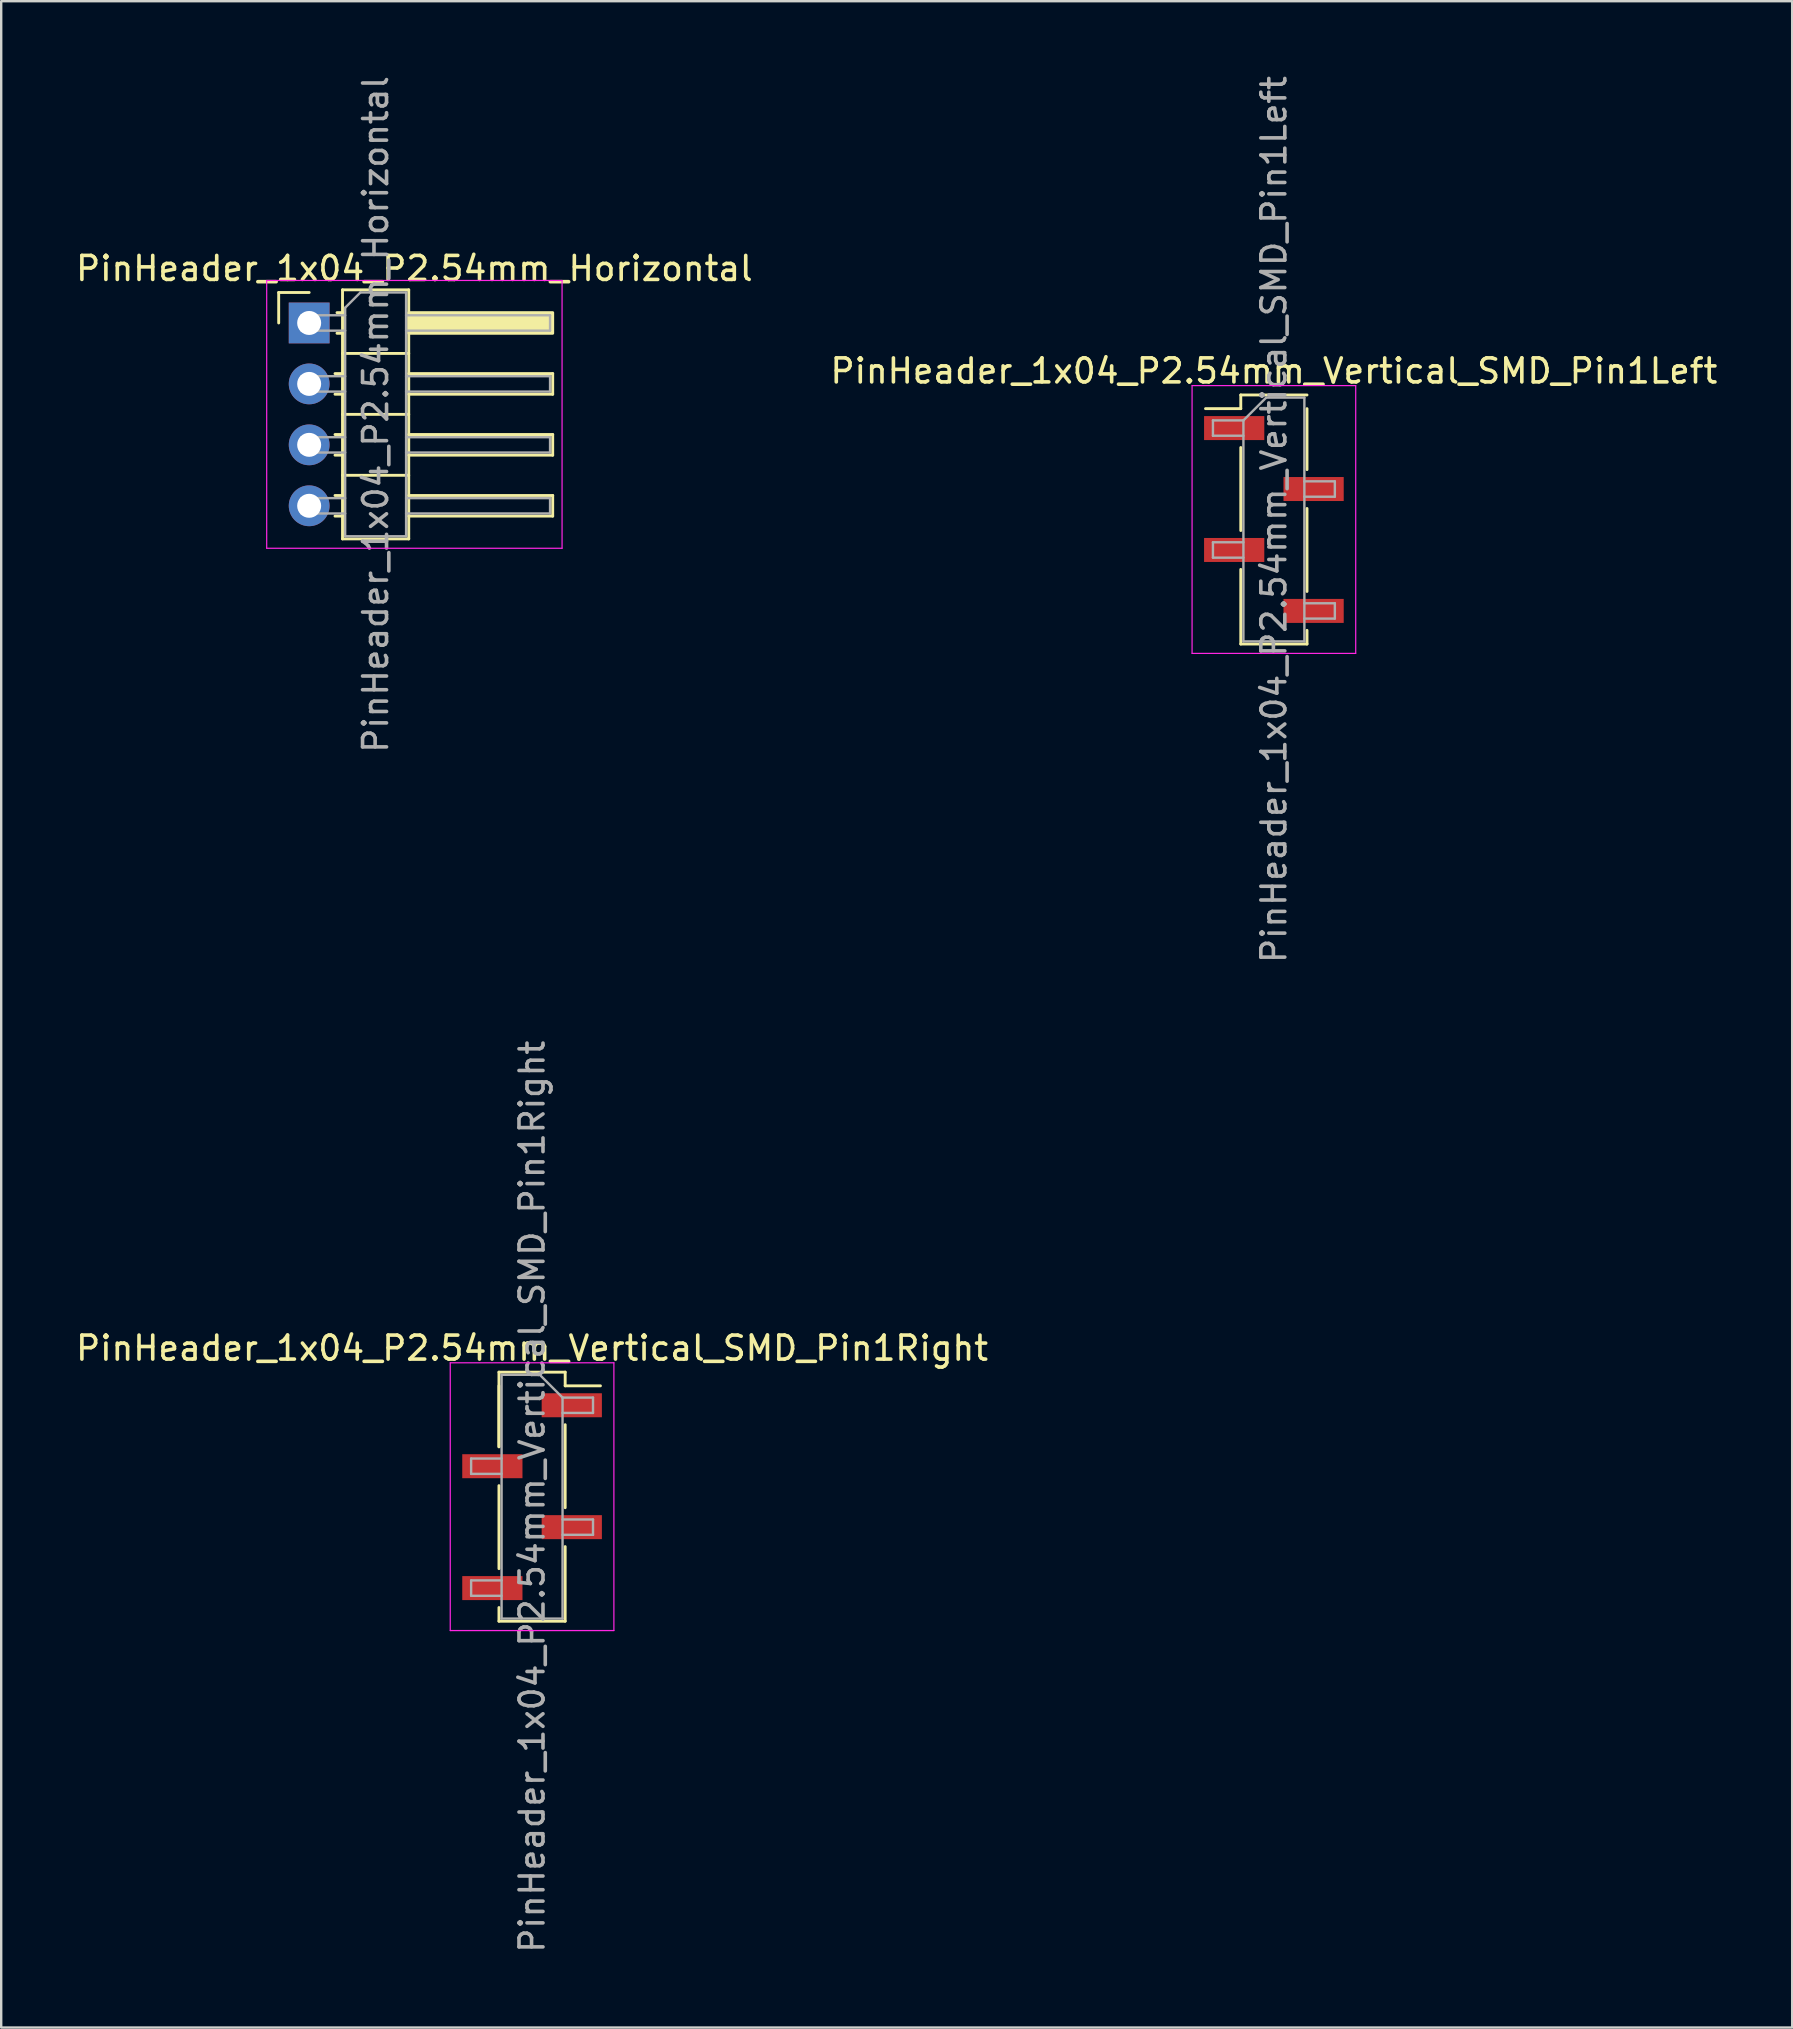
<source format=kicad_pcb>
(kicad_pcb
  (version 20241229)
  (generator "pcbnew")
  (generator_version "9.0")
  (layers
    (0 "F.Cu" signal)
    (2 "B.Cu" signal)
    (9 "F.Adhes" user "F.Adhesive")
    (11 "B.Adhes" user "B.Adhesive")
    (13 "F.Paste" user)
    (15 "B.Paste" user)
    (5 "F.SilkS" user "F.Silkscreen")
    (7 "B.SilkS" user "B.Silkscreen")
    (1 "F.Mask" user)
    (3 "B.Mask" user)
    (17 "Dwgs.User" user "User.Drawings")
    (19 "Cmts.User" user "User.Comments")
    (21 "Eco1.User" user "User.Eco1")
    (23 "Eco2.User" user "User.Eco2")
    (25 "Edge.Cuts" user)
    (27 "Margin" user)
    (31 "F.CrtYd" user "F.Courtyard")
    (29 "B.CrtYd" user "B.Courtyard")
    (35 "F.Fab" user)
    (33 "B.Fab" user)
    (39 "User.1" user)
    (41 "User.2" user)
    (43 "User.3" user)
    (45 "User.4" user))
  (footprint "PinHeader_1x04_P2.54mm_Vertical_SMD_Pin1Left"
    (layer "F.Cu")
    (at 50.042 18.601)
    (property "Reference" "PinHeader_1x04_P2.54mm_Vertical_SMD_Pin1Left" (at 0 -6.19 0) (layer "F.SilkS") (effects (font (size 1 1) (thickness 0.15))))
    (attr smd)
    (fp_line (start -1.38 -5.19) (end -1.38 -4.62) (stroke (width 0.12) (type solid)) (layer "F.SilkS"))
    (fp_line (start -1.38 -5.19) (end 1.38 -5.19) (stroke (width 0.12) (type solid)) (layer "F.SilkS"))
    (fp_line (start -1.38 -4.62) (end -2.85 -4.62) (stroke (width 0.12) (type solid)) (layer "F.SilkS"))
    (fp_line (start -1.38 -3) (end -1.38 0.46) (stroke (width 0.12) (type solid)) (layer "F.SilkS"))
    (fp_line (start -1.38 2.08) (end -1.38 5.19) (stroke (width 0.12) (type solid)) (layer "F.SilkS"))
    (fp_line (start -1.38 5.19) (end 1.38 5.19) (stroke (width 0.12) (type solid)) (layer "F.SilkS"))
    (fp_line (start 1.38 -4.62) (end 1.38 -2.08) (stroke (width 0.12) (type solid)) (layer "F.SilkS"))
    (fp_line (start 1.38 -0.46) (end 1.38 3) (stroke (width 0.12) (type solid)) (layer "F.SilkS"))
    (fp_line (start 1.38 4.62) (end 1.38 5.19) (stroke (width 0.12) (type solid)) (layer "F.SilkS"))
    (fp_line (start -3.41 -5.58) (end -3.41 5.58) (stroke (width 0.05) (type solid)) (layer "F.CrtYd"))
    (fp_line (start -3.41 5.58) (end 3.41 5.58) (stroke (width 0.05) (type solid)) (layer "F.CrtYd"))
    (fp_line (start 3.41 -5.58) (end -3.41 -5.58) (stroke (width 0.05) (type solid)) (layer "F.CrtYd"))
    (fp_line (start 3.41 5.58) (end 3.41 -5.58) (stroke (width 0.05) (type solid)) (layer "F.CrtYd"))
    (fp_line (start -2.54 -4.13) (end -2.54 -3.49) (stroke (width 0.1) (type solid)) (layer "F.Fab"))
    (fp_line (start -2.54 -3.49) (end -1.27 -3.49) (stroke (width 0.1) (type solid)) (layer "F.Fab"))
    (fp_line (start -2.54 0.95) (end -2.54 1.59) (stroke (width 0.1) (type solid)) (layer "F.Fab"))
    (fp_line (start -2.54 1.59) (end -1.27 1.59) (stroke (width 0.1) (type solid)) (layer "F.Fab"))
    (fp_line (start -1.27 -4.13) (end -2.54 -4.13) (stroke (width 0.1) (type solid)) (layer "F.Fab"))
    (fp_line (start -1.27 -4.13) (end -0.32 -5.08) (stroke (width 0.1) (type solid)) (layer "F.Fab"))
    (fp_line (start -1.27 0.95) (end -2.54 0.95) (stroke (width 0.1) (type solid)) (layer "F.Fab"))
    (fp_line (start -1.27 5.08) (end -1.27 -4.13) (stroke (width 0.1) (type solid)) (layer "F.Fab"))
    (fp_line (start -0.32 -5.08) (end 1.27 -5.08) (stroke (width 0.1) (type solid)) (layer "F.Fab"))
    (fp_line (start 1.27 -5.08) (end 1.27 5.08) (stroke (width 0.1) (type solid)) (layer "F.Fab"))
    (fp_line (start 1.27 -1.59) (end 2.54 -1.59) (stroke (width 0.1) (type solid)) (layer "F.Fab"))
    (fp_line (start 1.27 3.49) (end 2.54 3.49) (stroke (width 0.1) (type solid)) (layer "F.Fab"))
    (fp_line (start 1.27 5.08) (end -1.27 5.08) (stroke (width 0.1) (type solid)) (layer "F.Fab"))
    (fp_line (start 2.54 -1.59) (end 2.54 -0.95) (stroke (width 0.1) (type solid)) (layer "F.Fab"))
    (fp_line (start 2.54 -0.95) (end 1.27 -0.95) (stroke (width 0.1) (type solid)) (layer "F.Fab"))
    (fp_line (start 2.54 3.49) (end 2.54 4.13) (stroke (width 0.1) (type solid)) (layer "F.Fab"))
    (fp_line (start 2.54 4.13) (end 1.27 4.13) (stroke (width 0.1) (type solid)) (layer "F.Fab"))
    (fp_text user "${REFERENCE}" (at 0 0 90) (layer "F.Fab") (effects (font (size 1 1) (thickness 0.15))))
    (pad "1" smd rect (at -1.655 -3.81) (size 2.51 1) (layers "F.Cu" "F.Mask" "F.Paste"))
    (pad "2" smd rect (at 1.655 -1.27) (size 2.51 1) (layers "F.Cu" "F.Mask" "F.Paste"))
    (pad "3" smd rect (at -1.655 1.27) (size 2.51 1) (layers "F.Cu" "F.Mask" "F.Paste"))
    (pad "4" smd rect (at 1.655 3.81) (size 2.51 1) (layers "F.Cu" "F.Mask" "F.Paste")))
  (footprint "PinHeader_1x04_P2.54mm_Horizontal"
    (layer "F.Cu")
    (at 9.835 10.41)
    (property "Reference" "PinHeader_1x04_P2.54mm_Horizontal" (at 4.385 -2.27 0) (layer "F.SilkS") (effects (font (size 1 1) (thickness 0.15))))
    (attr through_hole)
    (fp_line (start -1.27 -1.27) (end 0 -1.27) (stroke (width 0.12) (type solid)) (layer "F.SilkS"))
    (fp_line (start -1.27 0) (end -1.27 -1.27) (stroke (width 0.12) (type solid)) (layer "F.SilkS"))
    (fp_line (start 1.077 2.11) (end 1.39 2.11) (stroke (width 0.12) (type solid)) (layer "F.SilkS"))
    (fp_line (start 1.077 2.97) (end 1.39 2.97) (stroke (width 0.12) (type solid)) (layer "F.SilkS"))
    (fp_line (start 1.077 4.65) (end 1.39 4.65) (stroke (width 0.12) (type solid)) (layer "F.SilkS"))
    (fp_line (start 1.077 5.51) (end 1.39 5.51) (stroke (width 0.12) (type solid)) (layer "F.SilkS"))
    (fp_line (start 1.077 7.19) (end 1.39 7.19) (stroke (width 0.12) (type solid)) (layer "F.SilkS"))
    (fp_line (start 1.077 8.05) (end 1.39 8.05) (stroke (width 0.12) (type solid)) (layer "F.SilkS"))
    (fp_line (start 1.16 -0.43) (end 1.39 -0.43) (stroke (width 0.12) (type solid)) (layer "F.SilkS"))
    (fp_line (start 1.16 0.43) (end 1.39 0.43) (stroke (width 0.12) (type solid)) (layer "F.SilkS"))
    (fp_line (start 1.39 -1.38) (end 1.39 9) (stroke (width 0.12) (type solid)) (layer "F.SilkS"))
    (fp_line (start 1.39 1.27) (end 4.15 1.27) (stroke (width 0.12) (type solid)) (layer "F.SilkS"))
    (fp_line (start 1.39 3.81) (end 4.15 3.81) (stroke (width 0.12) (type solid)) (layer "F.SilkS"))
    (fp_line (start 1.39 6.35) (end 4.15 6.35) (stroke (width 0.12) (type solid)) (layer "F.SilkS"))
    (fp_line (start 1.39 9) (end 4.15 9) (stroke (width 0.12) (type solid)) (layer "F.SilkS"))
    (fp_line (start 4.15 -1.38) (end 1.39 -1.38) (stroke (width 0.12) (type solid)) (layer "F.SilkS"))
    (fp_line (start 4.15 2.11) (end 10.15 2.11) (stroke (width 0.12) (type solid)) (layer "F.SilkS"))
    (fp_line (start 4.15 4.65) (end 10.15 4.65) (stroke (width 0.12) (type solid)) (layer "F.SilkS"))
    (fp_line (start 4.15 7.19) (end 10.15 7.19) (stroke (width 0.12) (type solid)) (layer "F.SilkS"))
    (fp_line (start 4.15 9) (end 4.15 -1.38) (stroke (width 0.12) (type solid)) (layer "F.SilkS"))
    (fp_line (start 10.15 2.11) (end 10.15 2.97) (stroke (width 0.12) (type solid)) (layer "F.SilkS"))
    (fp_line (start 10.15 2.97) (end 4.15 2.97) (stroke (width 0.12) (type solid)) (layer "F.SilkS"))
    (fp_line (start 10.15 4.65) (end 10.15 5.51) (stroke (width 0.12) (type solid)) (layer "F.SilkS"))
    (fp_line (start 10.15 5.51) (end 4.15 5.51) (stroke (width 0.12) (type solid)) (layer "F.SilkS"))
    (fp_line (start 10.15 7.19) (end 10.15 8.05) (stroke (width 0.12) (type solid)) (layer "F.SilkS"))
    (fp_line (start 10.15 8.05) (end 4.15 8.05) (stroke (width 0.12) (type solid)) (layer "F.SilkS"))
    (fp_rect (start 4.15 -0.43) (end 10.15 0.43) (stroke (width 0.12) (type solid)) (fill yes) (layer "F.SilkS"))
    (fp_line (start -1.77 -1.77) (end -1.77 9.39) (stroke (width 0.05) (type solid)) (layer "F.CrtYd"))
    (fp_line (start -1.77 9.39) (end 10.54 9.39) (stroke (width 0.05) (type solid)) (layer "F.CrtYd"))
    (fp_line (start 10.54 -1.77) (end -1.77 -1.77) (stroke (width 0.05) (type solid)) (layer "F.CrtYd"))
    (fp_line (start 10.54 9.39) (end 10.54 -1.77) (stroke (width 0.05) (type solid)) (layer "F.CrtYd"))
    (fp_line (start -0.32 -0.32) (end -0.32 0.32) (stroke (width 0.1) (type solid)) (layer "F.Fab"))
    (fp_line (start -0.32 -0.32) (end 1.5 -0.32) (stroke (width 0.1) (type solid)) (layer "F.Fab"))
    (fp_line (start -0.32 0.32) (end 1.5 0.32) (stroke (width 0.1) (type solid)) (layer "F.Fab"))
    (fp_line (start -0.32 2.22) (end -0.32 2.86) (stroke (width 0.1) (type solid)) (layer "F.Fab"))
    (fp_line (start -0.32 2.22) (end 1.5 2.22) (stroke (width 0.1) (type solid)) (layer "F.Fab"))
    (fp_line (start -0.32 2.86) (end 1.5 2.86) (stroke (width 0.1) (type solid)) (layer "F.Fab"))
    (fp_line (start -0.32 4.76) (end -0.32 5.4) (stroke (width 0.1) (type solid)) (layer "F.Fab"))
    (fp_line (start -0.32 4.76) (end 1.5 4.76) (stroke (width 0.1) (type solid)) (layer "F.Fab"))
    (fp_line (start -0.32 5.4) (end 1.5 5.4) (stroke (width 0.1) (type solid)) (layer "F.Fab"))
    (fp_line (start -0.32 7.3) (end -0.32 7.94) (stroke (width 0.1) (type solid)) (layer "F.Fab"))
    (fp_line (start -0.32 7.3) (end 1.5 7.3) (stroke (width 0.1) (type solid)) (layer "F.Fab"))
    (fp_line (start -0.32 7.94) (end 1.5 7.94) (stroke (width 0.1) (type solid)) (layer "F.Fab"))
    (fp_line (start 1.5 -0.635) (end 2.135 -1.27) (stroke (width 0.1) (type solid)) (layer "F.Fab"))
    (fp_line (start 1.5 8.89) (end 1.5 -0.635) (stroke (width 0.1) (type solid)) (layer "F.Fab"))
    (fp_line (start 2.135 -1.27) (end 4.04 -1.27) (stroke (width 0.1) (type solid)) (layer "F.Fab"))
    (fp_line (start 4.04 -1.27) (end 4.04 8.89) (stroke (width 0.1) (type solid)) (layer "F.Fab"))
    (fp_line (start 4.04 -0.32) (end 10.04 -0.32) (stroke (width 0.1) (type solid)) (layer "F.Fab"))
    (fp_line (start 4.04 0.32) (end 10.04 0.32) (stroke (width 0.1) (type solid)) (layer "F.Fab"))
    (fp_line (start 4.04 2.22) (end 10.04 2.22) (stroke (width 0.1) (type solid)) (layer "F.Fab"))
    (fp_line (start 4.04 2.86) (end 10.04 2.86) (stroke (width 0.1) (type solid)) (layer "F.Fab"))
    (fp_line (start 4.04 4.76) (end 10.04 4.76) (stroke (width 0.1) (type solid)) (layer "F.Fab"))
    (fp_line (start 4.04 5.4) (end 10.04 5.4) (stroke (width 0.1) (type solid)) (layer "F.Fab"))
    (fp_line (start 4.04 7.3) (end 10.04 7.3) (stroke (width 0.1) (type solid)) (layer "F.Fab"))
    (fp_line (start 4.04 7.94) (end 10.04 7.94) (stroke (width 0.1) (type solid)) (layer "F.Fab"))
    (fp_line (start 4.04 8.89) (end 1.5 8.89) (stroke (width 0.1) (type solid)) (layer "F.Fab"))
    (fp_line (start 10.04 -0.32) (end 10.04 0.32) (stroke (width 0.1) (type solid)) (layer "F.Fab"))
    (fp_line (start 10.04 2.22) (end 10.04 2.86) (stroke (width 0.1) (type solid)) (layer "F.Fab"))
    (fp_line (start 10.04 4.76) (end 10.04 5.4) (stroke (width 0.1) (type solid)) (layer "F.Fab"))
    (fp_line (start 10.04 7.3) (end 10.04 7.94) (stroke (width 0.1) (type solid)) (layer "F.Fab"))
    (fp_text user "${REFERENCE}" (at 2.77 3.81 90) (layer "F.Fab") (effects (font (size 1 1) (thickness 0.15))))
    (pad "1" thru_hole rect (at 0 0) (size 1.7 1.7) (drill 1) (layers "*.Cu" "*.Mask"))
    (pad "2" thru_hole circle (at 0 2.54) (size 1.7 1.7) (drill 1) (layers "*.Cu" "*.Mask"))
    (pad "3" thru_hole circle (at 0 5.08) (size 1.7 1.7) (drill 1) (layers "*.Cu" "*.Mask"))
    (pad "4" thru_hole circle (at 0 7.62) (size 1.7 1.7) (drill 1) (layers "*.Cu" "*.Mask")))
  (footprint "PinHeader_1x04_P2.54mm_Vertical_SMD_Pin1Right"
    (layer "F.Cu")
    (at 19.125 59.327)
    (property "Reference" "PinHeader_1x04_P2.54mm_Vertical_SMD_Pin1Right" (at 0 -6.19 0) (layer "F.SilkS") (effects (font (size 1 1) (thickness 0.15))))
    (attr smd)
    (fp_line (start -1.38 -5.19) (end -1.38 -2.08) (stroke (width 0.12) (type solid)) (layer "F.SilkS"))
    (fp_line (start -1.38 -5.19) (end 1.38 -5.19) (stroke (width 0.12) (type solid)) (layer "F.SilkS"))
    (fp_line (start -1.38 -4.62) (end -1.38 -2.08) (stroke (width 0.12) (type solid)) (layer "F.SilkS"))
    (fp_line (start -1.38 -0.46) (end -1.38 3) (stroke (width 0.12) (type solid)) (layer "F.SilkS"))
    (fp_line (start -1.38 4.62) (end -1.38 5.19) (stroke (width 0.12) (type solid)) (layer "F.SilkS"))
    (fp_line (start -1.38 5.19) (end 1.38 5.19) (stroke (width 0.12) (type solid)) (layer "F.SilkS"))
    (fp_line (start 1.38 -5.19) (end 1.38 -4.62) (stroke (width 0.12) (type solid)) (layer "F.SilkS"))
    (fp_line (start 1.38 -4.62) (end 2.85 -4.62) (stroke (width 0.12) (type solid)) (layer "F.SilkS"))
    (fp_line (start 1.38 -3) (end 1.38 0.46) (stroke (width 0.12) (type solid)) (layer "F.SilkS"))
    (fp_line (start 1.38 2.08) (end 1.38 5.19) (stroke (width 0.12) (type solid)) (layer "F.SilkS"))
    (fp_line (start -3.41 -5.58) (end -3.41 5.58) (stroke (width 0.05) (type solid)) (layer "F.CrtYd"))
    (fp_line (start -3.41 5.58) (end 3.41 5.58) (stroke (width 0.05) (type solid)) (layer "F.CrtYd"))
    (fp_line (start 3.41 -5.58) (end -3.41 -5.58) (stroke (width 0.05) (type solid)) (layer "F.CrtYd"))
    (fp_line (start 3.41 5.58) (end 3.41 -5.58) (stroke (width 0.05) (type solid)) (layer "F.CrtYd"))
    (fp_line (start -2.54 -1.59) (end -2.54 -0.95) (stroke (width 0.1) (type solid)) (layer "F.Fab"))
    (fp_line (start -2.54 -0.95) (end -1.27 -0.95) (stroke (width 0.1) (type solid)) (layer "F.Fab"))
    (fp_line (start -2.54 3.49) (end -2.54 4.13) (stroke (width 0.1) (type solid)) (layer "F.Fab"))
    (fp_line (start -2.54 4.13) (end -1.27 4.13) (stroke (width 0.1) (type solid)) (layer "F.Fab"))
    (fp_line (start -1.27 -5.08) (end -1.27 5.08) (stroke (width 0.1) (type solid)) (layer "F.Fab"))
    (fp_line (start -1.27 -5.08) (end 0.32 -5.08) (stroke (width 0.1) (type solid)) (layer "F.Fab"))
    (fp_line (start -1.27 -1.59) (end -2.54 -1.59) (stroke (width 0.1) (type solid)) (layer "F.Fab"))
    (fp_line (start -1.27 3.49) (end -2.54 3.49) (stroke (width 0.1) (type solid)) (layer "F.Fab"))
    (fp_line (start 1.27 -4.13) (end 0.32 -5.08) (stroke (width 0.1) (type solid)) (layer "F.Fab"))
    (fp_line (start 1.27 -4.13) (end 2.54 -4.13) (stroke (width 0.1) (type solid)) (layer "F.Fab"))
    (fp_line (start 1.27 0.95) (end 2.54 0.95) (stroke (width 0.1) (type solid)) (layer "F.Fab"))
    (fp_line (start 1.27 5.08) (end -1.27 5.08) (stroke (width 0.1) (type solid)) (layer "F.Fab"))
    (fp_line (start 1.27 5.08) (end 1.27 -4.13) (stroke (width 0.1) (type solid)) (layer "F.Fab"))
    (fp_line (start 2.54 -4.13) (end 2.54 -3.49) (stroke (width 0.1) (type solid)) (layer "F.Fab"))
    (fp_line (start 2.54 -3.49) (end 1.27 -3.49) (stroke (width 0.1) (type solid)) (layer "F.Fab"))
    (fp_line (start 2.54 0.95) (end 2.54 1.59) (stroke (width 0.1) (type solid)) (layer "F.Fab"))
    (fp_line (start 2.54 1.59) (end 1.27 1.59) (stroke (width 0.1) (type solid)) (layer "F.Fab"))
    (fp_text user "${REFERENCE}" (at 0 0 90) (layer "F.Fab") (effects (font (size 1 1) (thickness 0.15))))
    (pad "1" smd rect (at 1.655 -3.81) (size 2.51 1) (layers "F.Cu" "F.Mask" "F.Paste"))
    (pad "2" smd rect (at -1.655 -1.27) (size 2.51 1) (layers "F.Cu" "F.Mask" "F.Paste"))
    (pad "3" smd rect (at 1.655 1.27) (size 2.51 1) (layers "F.Cu" "F.Mask" "F.Paste"))
    (pad "4" smd rect (at -1.655 3.81) (size 2.51 1) (layers "F.Cu" "F.Mask" "F.Paste")))
  (gr_rect
    (start -3 -3)
    (end 71.643 81.452)
    (stroke (width 0.1) (type default))
    (fill no)
    (layer "Edge.Cuts")))
</source>
